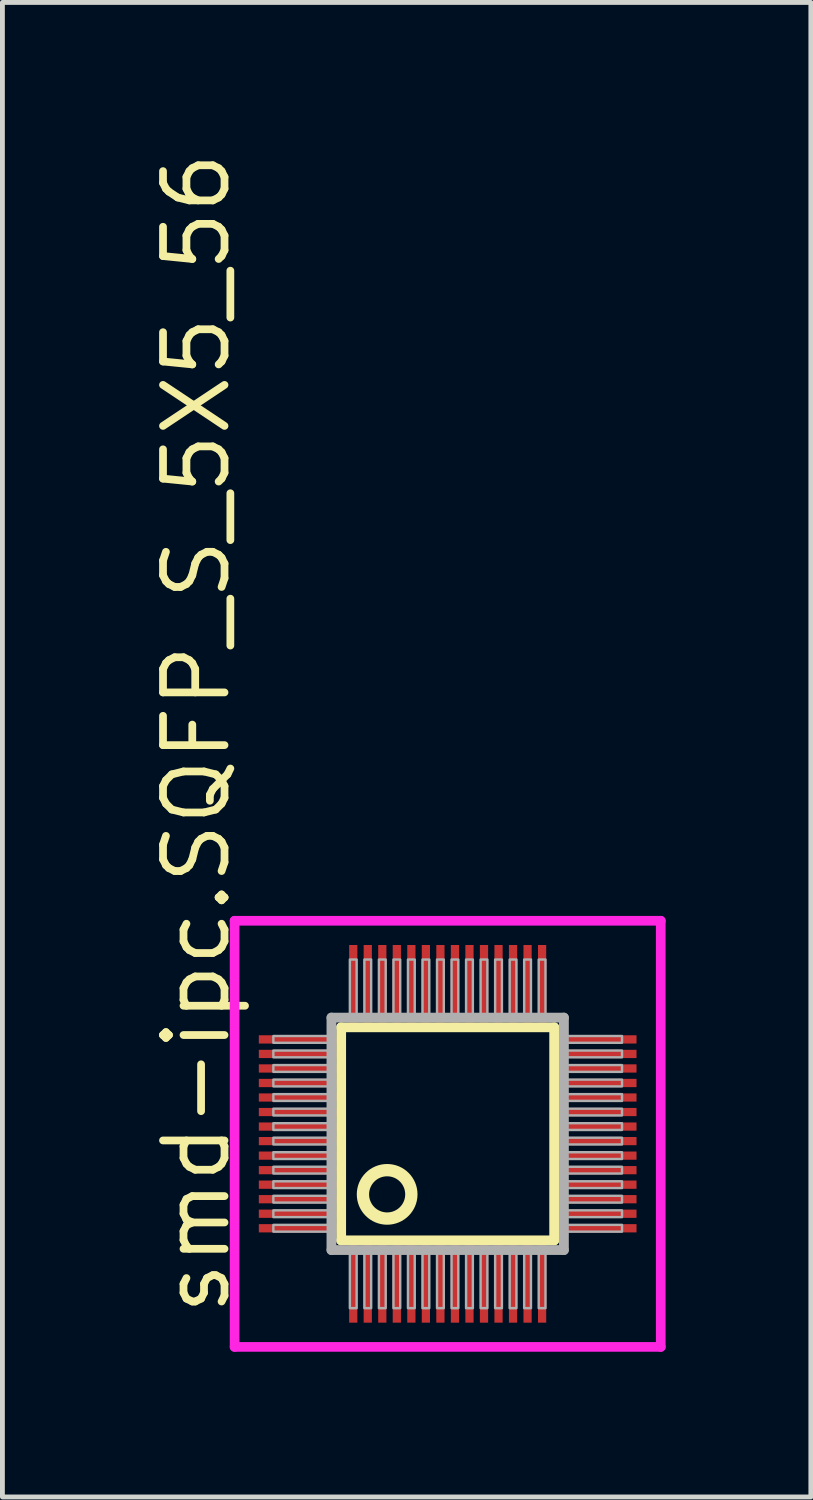
<source format=kicad_pcb>
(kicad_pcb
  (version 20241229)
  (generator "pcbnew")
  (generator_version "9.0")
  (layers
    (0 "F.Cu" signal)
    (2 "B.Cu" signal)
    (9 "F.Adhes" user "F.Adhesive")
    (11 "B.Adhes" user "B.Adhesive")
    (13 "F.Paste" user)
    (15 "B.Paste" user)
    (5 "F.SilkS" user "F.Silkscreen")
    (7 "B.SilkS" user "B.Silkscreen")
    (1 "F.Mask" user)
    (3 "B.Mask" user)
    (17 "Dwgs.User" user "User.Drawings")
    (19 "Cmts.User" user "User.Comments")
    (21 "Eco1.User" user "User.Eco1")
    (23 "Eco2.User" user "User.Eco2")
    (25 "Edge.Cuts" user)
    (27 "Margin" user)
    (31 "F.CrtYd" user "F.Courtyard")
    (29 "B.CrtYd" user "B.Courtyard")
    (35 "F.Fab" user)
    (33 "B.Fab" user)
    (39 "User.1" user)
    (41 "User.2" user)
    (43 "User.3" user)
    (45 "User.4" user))
  (footprint "smd-ipc.SQFP_S_5X5_56"
    (layer "F.Cu")
    (at 6.195 20.365)
    (property "Reference" "smd-ipc.SQFP_S_5X5_56" (at -4.445 3.81 90) (layer "F.SilkS") (effects (font (size 1.27 1.27) (thickness 0.16)) (justify left bottom)))
    (attr smd)
    (fp_line (start -2.2 -2.2) (end 2.2 -2.2) (stroke (width 0.203) (type default)) (layer "F.SilkS"))
    (fp_line (start -2.2 2.2) (end -2.2 -2.2) (stroke (width 0.203) (type default)) (layer "F.SilkS"))
    (fp_line (start 2.2 -2.2) (end 2.2 2.2) (stroke (width 0.203) (type default)) (layer "F.SilkS"))
    (fp_line (start 2.2 2.2) (end -2.2 2.2) (stroke (width 0.203) (type default)) (layer "F.SilkS"))
    (fp_circle (center -1.25 1.25) (end -0.75 1.25) (stroke (width 0.254) (type default)) (fill no) (layer "F.SilkS"))
    (fp_line (start -4.4 -4.4) (end 4.4 -4.4) (stroke (width 0.2) (type default)) (layer "F.CrtYd"))
    (fp_line (start -4.4 4.4) (end -4.4 -4.4) (stroke (width 0.2) (type default)) (layer "F.CrtYd"))
    (fp_line (start 4.4 -4.4) (end 4.4 4.4) (stroke (width 0.2) (type default)) (layer "F.CrtYd"))
    (fp_line (start 4.4 4.4) (end -4.4 4.4) (stroke (width 0.2) (type default)) (layer "F.CrtYd"))
    (fp_line (start -2.4 -2.4) (end -2.4 2.4) (stroke (width 0.203) (type default)) (layer "F.Fab"))
    (fp_line (start -2.4 2.4) (end 2.4 2.4) (stroke (width 0.203) (type default)) (layer "F.Fab"))
    (fp_line (start 2.4 -2.4) (end -2.4 -2.4) (stroke (width 0.203) (type default)) (layer "F.Fab"))
    (fp_line (start 2.4 2.4) (end 2.4 -2.4) (stroke (width 0.203) (type default)) (layer "F.Fab"))
    (fp_rect (start -3.6 -1.88) (end -2.45 -2.02) (stroke (width 0.05) (type default)) (fill no) (layer "F.Fab"))
    (fp_rect (start -3.6 -1.58) (end -2.45 -1.72) (stroke (width 0.05) (type default)) (fill no) (layer "F.Fab"))
    (fp_rect (start -3.6 -1.28) (end -2.45 -1.42) (stroke (width 0.05) (type default)) (fill no) (layer "F.Fab"))
    (fp_rect (start -3.6 -0.98) (end -2.45 -1.12) (stroke (width 0.05) (type default)) (fill no) (layer "F.Fab"))
    (fp_rect (start -3.6 -0.68) (end -2.45 -0.82) (stroke (width 0.05) (type default)) (fill no) (layer "F.Fab"))
    (fp_rect (start -3.6 -0.38) (end -2.45 -0.52) (stroke (width 0.05) (type default)) (fill no) (layer "F.Fab"))
    (fp_rect (start -3.6 -0.08) (end -2.45 -0.22) (stroke (width 0.05) (type default)) (fill no) (layer "F.Fab"))
    (fp_rect (start -3.6 0.22) (end -2.45 0.08) (stroke (width 0.05) (type default)) (fill no) (layer "F.Fab"))
    (fp_rect (start -3.6 0.52) (end -2.45 0.38) (stroke (width 0.05) (type default)) (fill no) (layer "F.Fab"))
    (fp_rect (start -3.6 0.82) (end -2.45 0.68) (stroke (width 0.05) (type default)) (fill no) (layer "F.Fab"))
    (fp_rect (start -3.6 1.12) (end -2.45 0.98) (stroke (width 0.05) (type default)) (fill no) (layer "F.Fab"))
    (fp_rect (start -3.6 1.42) (end -2.45 1.28) (stroke (width 0.05) (type default)) (fill no) (layer "F.Fab"))
    (fp_rect (start -3.6 1.72) (end -2.45 1.58) (stroke (width 0.05) (type default)) (fill no) (layer "F.Fab"))
    (fp_rect (start -3.6 2.02) (end -2.45 1.88) (stroke (width 0.05) (type default)) (fill no) (layer "F.Fab"))
    (fp_rect (start -2.02 -2.45) (end -1.88 -3.6) (stroke (width 0.05) (type default)) (fill no) (layer "F.Fab"))
    (fp_rect (start -2.02 3.6) (end -1.88 2.45) (stroke (width 0.05) (type default)) (fill no) (layer "F.Fab"))
    (fp_rect (start -1.72 -2.45) (end -1.58 -3.6) (stroke (width 0.05) (type default)) (fill no) (layer "F.Fab"))
    (fp_rect (start -1.72 3.6) (end -1.58 2.45) (stroke (width 0.05) (type default)) (fill no) (layer "F.Fab"))
    (fp_rect (start -1.42 -2.45) (end -1.28 -3.6) (stroke (width 0.05) (type default)) (fill no) (layer "F.Fab"))
    (fp_rect (start -1.42 3.6) (end -1.28 2.45) (stroke (width 0.05) (type default)) (fill no) (layer "F.Fab"))
    (fp_rect (start -1.12 -2.45) (end -0.98 -3.6) (stroke (width 0.05) (type default)) (fill no) (layer "F.Fab"))
    (fp_rect (start -1.12 3.6) (end -0.98 2.45) (stroke (width 0.05) (type default)) (fill no) (layer "F.Fab"))
    (fp_rect (start -0.82 -2.45) (end -0.68 -3.6) (stroke (width 0.05) (type default)) (fill no) (layer "F.Fab"))
    (fp_rect (start -0.82 3.6) (end -0.68 2.45) (stroke (width 0.05) (type default)) (fill no) (layer "F.Fab"))
    (fp_rect (start -0.52 -2.45) (end -0.38 -3.6) (stroke (width 0.05) (type default)) (fill no) (layer "F.Fab"))
    (fp_rect (start -0.52 3.6) (end -0.38 2.45) (stroke (width 0.05) (type default)) (fill no) (layer "F.Fab"))
    (fp_rect (start -0.22 -2.45) (end -0.08 -3.6) (stroke (width 0.05) (type default)) (fill no) (layer "F.Fab"))
    (fp_rect (start -0.22 3.6) (end -0.08 2.45) (stroke (width 0.05) (type default)) (fill no) (layer "F.Fab"))
    (fp_rect (start 0.08 -2.45) (end 0.22 -3.6) (stroke (width 0.05) (type default)) (fill no) (layer "F.Fab"))
    (fp_rect (start 0.08 3.6) (end 0.22 2.45) (stroke (width 0.05) (type default)) (fill no) (layer "F.Fab"))
    (fp_rect (start 0.38 -2.45) (end 0.52 -3.6) (stroke (width 0.05) (type default)) (fill no) (layer "F.Fab"))
    (fp_rect (start 0.38 3.6) (end 0.52 2.45) (stroke (width 0.05) (type default)) (fill no) (layer "F.Fab"))
    (fp_rect (start 0.68 -2.45) (end 0.82 -3.6) (stroke (width 0.05) (type default)) (fill no) (layer "F.Fab"))
    (fp_rect (start 0.68 3.6) (end 0.82 2.45) (stroke (width 0.05) (type default)) (fill no) (layer "F.Fab"))
    (fp_rect (start 0.98 -2.45) (end 1.12 -3.6) (stroke (width 0.05) (type default)) (fill no) (layer "F.Fab"))
    (fp_rect (start 0.98 3.6) (end 1.12 2.45) (stroke (width 0.05) (type default)) (fill no) (layer "F.Fab"))
    (fp_rect (start 1.28 -2.45) (end 1.42 -3.6) (stroke (width 0.05) (type default)) (fill no) (layer "F.Fab"))
    (fp_rect (start 1.28 3.6) (end 1.42 2.45) (stroke (width 0.05) (type default)) (fill no) (layer "F.Fab"))
    (fp_rect (start 1.58 -2.45) (end 1.72 -3.6) (stroke (width 0.05) (type default)) (fill no) (layer "F.Fab"))
    (fp_rect (start 1.58 3.6) (end 1.72 2.45) (stroke (width 0.05) (type default)) (fill no) (layer "F.Fab"))
    (fp_rect (start 1.88 -2.45) (end 2.02 -3.6) (stroke (width 0.05) (type default)) (fill no) (layer "F.Fab"))
    (fp_rect (start 1.88 3.6) (end 2.02 2.45) (stroke (width 0.05) (type default)) (fill no) (layer "F.Fab"))
    (fp_rect (start 2.45 -1.88) (end 3.6 -2.02) (stroke (width 0.05) (type default)) (fill no) (layer "F.Fab"))
    (fp_rect (start 2.45 -1.58) (end 3.6 -1.72) (stroke (width 0.05) (type default)) (fill no) (layer "F.Fab"))
    (fp_rect (start 2.45 -1.28) (end 3.6 -1.42) (stroke (width 0.05) (type default)) (fill no) (layer "F.Fab"))
    (fp_rect (start 2.45 -0.98) (end 3.6 -1.12) (stroke (width 0.05) (type default)) (fill no) (layer "F.Fab"))
    (fp_rect (start 2.45 -0.68) (end 3.6 -0.82) (stroke (width 0.05) (type default)) (fill no) (layer "F.Fab"))
    (fp_rect (start 2.45 -0.38) (end 3.6 -0.52) (stroke (width 0.05) (type default)) (fill no) (layer "F.Fab"))
    (fp_rect (start 2.45 -0.08) (end 3.6 -0.22) (stroke (width 0.05) (type default)) (fill no) (layer "F.Fab"))
    (fp_rect (start 2.45 0.22) (end 3.6 0.08) (stroke (width 0.05) (type default)) (fill no) (layer "F.Fab"))
    (fp_rect (start 2.45 0.52) (end 3.6 0.38) (stroke (width 0.05) (type default)) (fill no) (layer "F.Fab"))
    (fp_rect (start 2.45 0.82) (end 3.6 0.68) (stroke (width 0.05) (type default)) (fill no) (layer "F.Fab"))
    (fp_rect (start 2.45 1.12) (end 3.6 0.98) (stroke (width 0.05) (type default)) (fill no) (layer "F.Fab"))
    (fp_rect (start 2.45 1.42) (end 3.6 1.28) (stroke (width 0.05) (type default)) (fill no) (layer "F.Fab"))
    (fp_rect (start 2.45 1.72) (end 3.6 1.58) (stroke (width 0.05) (type default)) (fill no) (layer "F.Fab"))
    (fp_rect (start 2.45 2.02) (end 3.6 1.88) (stroke (width 0.05) (type default)) (fill no) (layer "F.Fab"))
    (pad "1" smd roundrect (at -1.95 3.1) (size 0.17 1.6) (layers "F.Cu" "F.Mask" "F.Paste") (roundrect_rratio 0.01))
    (pad "2" smd roundrect (at -1.65 3.1) (size 0.17 1.6) (layers "F.Cu" "F.Mask" "F.Paste") (roundrect_rratio 0.01))
    (pad "3" smd roundrect (at -1.35 3.1) (size 0.17 1.6) (layers "F.Cu" "F.Mask" "F.Paste") (roundrect_rratio 0.01))
    (pad "4" smd roundrect (at -1.05 3.1) (size 0.17 1.6) (layers "F.Cu" "F.Mask" "F.Paste") (roundrect_rratio 0.01))
    (pad "5" smd roundrect (at -0.75 3.1) (size 0.17 1.6) (layers "F.Cu" "F.Mask" "F.Paste") (roundrect_rratio 0.01))
    (pad "6" smd roundrect (at -0.45 3.1) (size 0.17 1.6) (layers "F.Cu" "F.Mask" "F.Paste") (roundrect_rratio 0.01))
    (pad "7" smd roundrect (at -0.15 3.1) (size 0.17 1.6) (layers "F.Cu" "F.Mask" "F.Paste") (roundrect_rratio 0.01))
    (pad "8" smd roundrect (at 0.15 3.1) (size 0.17 1.6) (layers "F.Cu" "F.Mask" "F.Paste") (roundrect_rratio 0.01))
    (pad "9" smd roundrect (at 0.45 3.1) (size 0.17 1.6) (layers "F.Cu" "F.Mask" "F.Paste") (roundrect_rratio 0.01))
    (pad "10" smd roundrect (at 0.75 3.1) (size 0.17 1.6) (layers "F.Cu" "F.Mask" "F.Paste") (roundrect_rratio 0.01))
    (pad "11" smd roundrect (at 1.05 3.1) (size 0.17 1.6) (layers "F.Cu" "F.Mask" "F.Paste") (roundrect_rratio 0.01))
    (pad "12" smd roundrect (at 1.35 3.1) (size 0.17 1.6) (layers "F.Cu" "F.Mask" "F.Paste") (roundrect_rratio 0.01))
    (pad "13" smd roundrect (at 1.65 3.1) (size 0.17 1.6) (layers "F.Cu" "F.Mask" "F.Paste") (roundrect_rratio 0.01))
    (pad "14" smd roundrect (at 1.95 3.1) (size 0.17 1.6) (layers "F.Cu" "F.Mask" "F.Paste") (roundrect_rratio 0.01))
    (pad "15" smd roundrect (at 3.1 1.95) (size 1.6 0.17) (layers "F.Cu" "F.Mask" "F.Paste") (roundrect_rratio 0.01))
    (pad "16" smd roundrect (at 3.1 1.65) (size 1.6 0.17) (layers "F.Cu" "F.Mask" "F.Paste") (roundrect_rratio 0.01))
    (pad "17" smd roundrect (at 3.1 1.35) (size 1.6 0.17) (layers "F.Cu" "F.Mask" "F.Paste") (roundrect_rratio 0.01))
    (pad "18" smd roundrect (at 3.1 1.05) (size 1.6 0.17) (layers "F.Cu" "F.Mask" "F.Paste") (roundrect_rratio 0.01))
    (pad "19" smd roundrect (at 3.1 0.75) (size 1.6 0.17) (layers "F.Cu" "F.Mask" "F.Paste") (roundrect_rratio 0.01))
    (pad "20" smd roundrect (at 3.1 0.45) (size 1.6 0.17) (layers "F.Cu" "F.Mask" "F.Paste") (roundrect_rratio 0.01))
    (pad "21" smd roundrect (at 3.1 0.15) (size 1.6 0.17) (layers "F.Cu" "F.Mask" "F.Paste") (roundrect_rratio 0.01))
    (pad "22" smd roundrect (at 3.1 -0.15) (size 1.6 0.17) (layers "F.Cu" "F.Mask" "F.Paste") (roundrect_rratio 0.01))
    (pad "23" smd roundrect (at 3.1 -0.45) (size 1.6 0.17) (layers "F.Cu" "F.Mask" "F.Paste") (roundrect_rratio 0.01))
    (pad "24" smd roundrect (at 3.1 -0.75) (size 1.6 0.17) (layers "F.Cu" "F.Mask" "F.Paste") (roundrect_rratio 0.01))
    (pad "25" smd roundrect (at 3.1 -1.05) (size 1.6 0.17) (layers "F.Cu" "F.Mask" "F.Paste") (roundrect_rratio 0.01))
    (pad "26" smd roundrect (at 3.1 -1.35) (size 1.6 0.17) (layers "F.Cu" "F.Mask" "F.Paste") (roundrect_rratio 0.01))
    (pad "27" smd roundrect (at 3.1 -1.65) (size 1.6 0.17) (layers "F.Cu" "F.Mask" "F.Paste") (roundrect_rratio 0.01))
    (pad "28" smd roundrect (at 3.1 -1.95) (size 1.6 0.17) (layers "F.Cu" "F.Mask" "F.Paste") (roundrect_rratio 0.01))
    (pad "29" smd roundrect (at 1.95 -3.1) (size 0.17 1.6) (layers "F.Cu" "F.Mask" "F.Paste") (roundrect_rratio 0.01))
    (pad "30" smd roundrect (at 1.65 -3.1) (size 0.17 1.6) (layers "F.Cu" "F.Mask" "F.Paste") (roundrect_rratio 0.01))
    (pad "31" smd roundrect (at 1.35 -3.1) (size 0.17 1.6) (layers "F.Cu" "F.Mask" "F.Paste") (roundrect_rratio 0.01))
    (pad "32" smd roundrect (at 1.05 -3.1) (size 0.17 1.6) (layers "F.Cu" "F.Mask" "F.Paste") (roundrect_rratio 0.01))
    (pad "33" smd roundrect (at 0.75 -3.1) (size 0.17 1.6) (layers "F.Cu" "F.Mask" "F.Paste") (roundrect_rratio 0.01))
    (pad "34" smd roundrect (at 0.45 -3.1) (size 0.17 1.6) (layers "F.Cu" "F.Mask" "F.Paste") (roundrect_rratio 0.01))
    (pad "35" smd roundrect (at 0.15 -3.1) (size 0.17 1.6) (layers "F.Cu" "F.Mask" "F.Paste") (roundrect_rratio 0.01))
    (pad "36" smd roundrect (at -0.15 -3.1) (size 0.17 1.6) (layers "F.Cu" "F.Mask" "F.Paste") (roundrect_rratio 0.01))
    (pad "37" smd roundrect (at -0.45 -3.1) (size 0.17 1.6) (layers "F.Cu" "F.Mask" "F.Paste") (roundrect_rratio 0.01))
    (pad "38" smd roundrect (at -0.75 -3.1) (size 0.17 1.6) (layers "F.Cu" "F.Mask" "F.Paste") (roundrect_rratio 0.01))
    (pad "39" smd roundrect (at -1.05 -3.1) (size 0.17 1.6) (layers "F.Cu" "F.Mask" "F.Paste") (roundrect_rratio 0.01))
    (pad "40" smd roundrect (at -1.35 -3.1) (size 0.17 1.6) (layers "F.Cu" "F.Mask" "F.Paste") (roundrect_rratio 0.01))
    (pad "41" smd roundrect (at -1.65 -3.1) (size 0.17 1.6) (layers "F.Cu" "F.Mask" "F.Paste") (roundrect_rratio 0.01))
    (pad "42" smd roundrect (at -1.95 -3.1) (size 0.17 1.6) (layers "F.Cu" "F.Mask" "F.Paste") (roundrect_rratio 0.01))
    (pad "43" smd roundrect (at -3.1 -1.95) (size 1.6 0.17) (layers "F.Cu" "F.Mask" "F.Paste") (roundrect_rratio 0.01))
    (pad "44" smd roundrect (at -3.1 -1.65) (size 1.6 0.17) (layers "F.Cu" "F.Mask" "F.Paste") (roundrect_rratio 0.01))
    (pad "45" smd roundrect (at -3.1 -1.35) (size 1.6 0.17) (layers "F.Cu" "F.Mask" "F.Paste") (roundrect_rratio 0.01))
    (pad "46" smd roundrect (at -3.1 -1.05) (size 1.6 0.17) (layers "F.Cu" "F.Mask" "F.Paste") (roundrect_rratio 0.01))
    (pad "47" smd roundrect (at -3.1 -0.75) (size 1.6 0.17) (layers "F.Cu" "F.Mask" "F.Paste") (roundrect_rratio 0.01))
    (pad "48" smd roundrect (at -3.1 -0.45) (size 1.6 0.17) (layers "F.Cu" "F.Mask" "F.Paste") (roundrect_rratio 0.01))
    (pad "49" smd roundrect (at -3.1 -0.15) (size 1.6 0.17) (layers "F.Cu" "F.Mask" "F.Paste") (roundrect_rratio 0.01))
    (pad "50" smd roundrect (at -3.1 0.15) (size 1.6 0.17) (layers "F.Cu" "F.Mask" "F.Paste") (roundrect_rratio 0.01))
    (pad "51" smd roundrect (at -3.1 0.45) (size 1.6 0.17) (layers "F.Cu" "F.Mask" "F.Paste") (roundrect_rratio 0.01))
    (pad "52" smd roundrect (at -3.1 0.75) (size 1.6 0.17) (layers "F.Cu" "F.Mask" "F.Paste") (roundrect_rratio 0.01))
    (pad "53" smd roundrect (at -3.1 1.05) (size 1.6 0.17) (layers "F.Cu" "F.Mask" "F.Paste") (roundrect_rratio 0.01))
    (pad "54" smd roundrect (at -3.1 1.35) (size 1.6 0.17) (layers "F.Cu" "F.Mask" "F.Paste") (roundrect_rratio 0.01))
    (pad "55" smd roundrect (at -3.1 1.65) (size 1.6 0.17) (layers "F.Cu" "F.Mask" "F.Paste") (roundrect_rratio 0.01))
    (pad "56" smd roundrect (at -3.1 1.95) (size 1.6 0.17) (layers "F.Cu" "F.Mask" "F.Paste") (roundrect_rratio 0.01)))
  (gr_rect
    (start -3 -3)
    (end 13.695 27.864)
    (stroke (width 0.1) (type default))
    (fill no)
    (layer "Edge.Cuts")))
</source>
